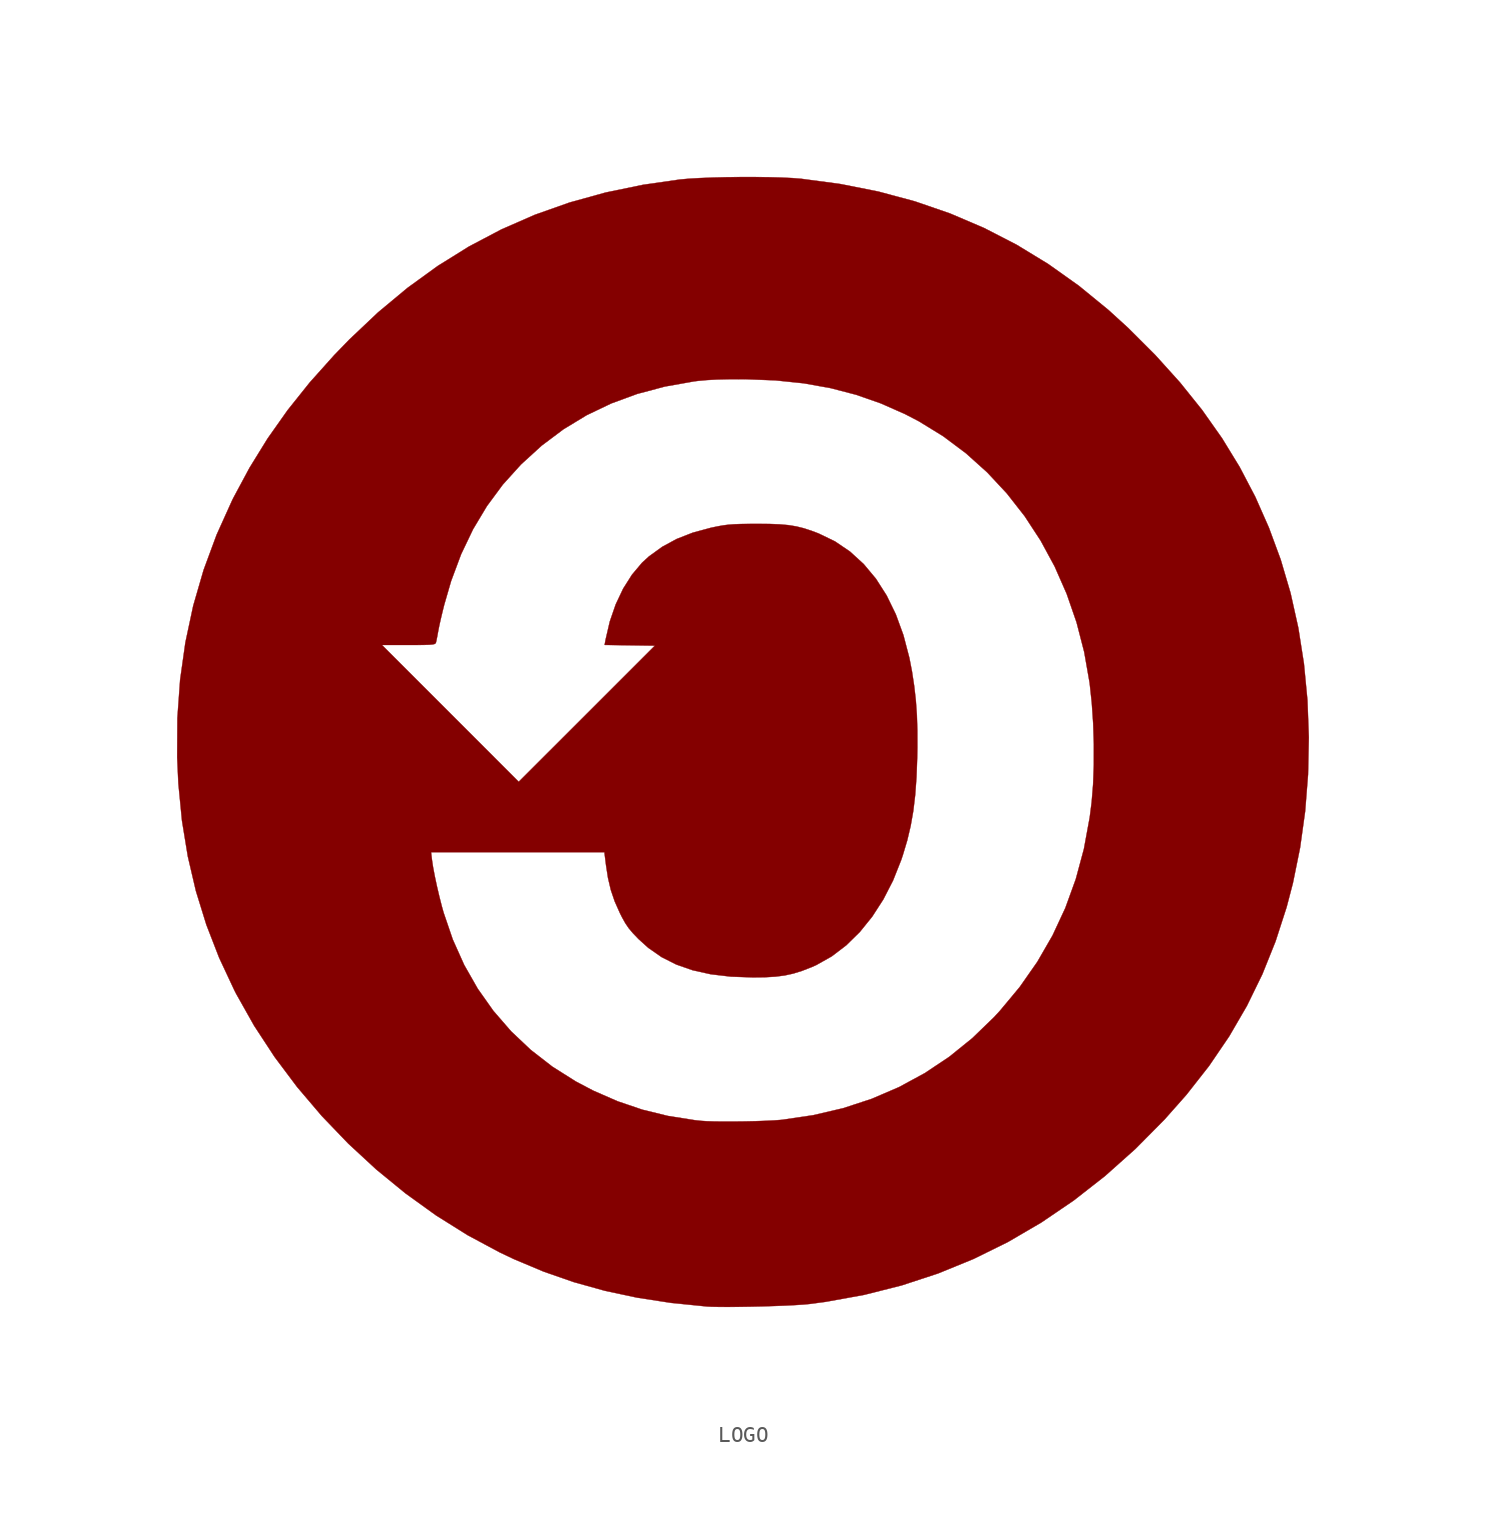
<source format=kicad_sym>
(kicad_symbol_lib
  (version 20220914)
  (generator bitmap2component)
  (symbol "LOGO"
    (pin_names
      (offset 1.016))
    (property "Reference" "#G"
      (at 0 42.714 0)
      (effects (font (size 1.27 1.27)) hide))
    (symbol "LOGO_0_0"
      (polyline (pts (xy -0.068 -35.36) (xy 0.652 -35.348) (xy 1.392 -35.331) (xy 2.122 -35.308) (xy 2.81 -35.282) (xy 3.426 -35.251) (xy 3.939 -35.218) (xy 4.318 -35.183) (xy 5.338 -35.048) (xy 7.748 -34.612) (xy 10.094 -34.02) (xy 12.374 -33.272) (xy 14.59 -32.366) (xy 16.741 -31.305) (xy 18.828 -30.086) (xy 20.849 -28.712) (xy 22.806 -27.181) (xy 24.699 -25.493) (xy 26.526 -23.649) (xy 27.896 -22.102) (xy 29.311 -20.299) (xy 30.569 -18.45) (xy 31.677 -16.542) (xy 32.641 -14.568) (xy 33.465 -12.516) (xy 34.157 -10.377) (xy 34.55 -8.876) (xy 35 -6.657) (xy 35.316 -4.384) (xy 35.497 -2.078) (xy 35.545 0.242) (xy 35.459 2.555) (xy 35.24 4.843) (xy 34.888 7.083) (xy 34.404 9.257) (xy 33.788 11.345) (xy 33.051 13.343) (xy 32.197 15.274) (xy 31.223 17.134) (xy 30.119 18.938) (xy 28.878 20.697) (xy 27.492 22.423) (xy 25.953 24.129) (xy 24.253 25.828) (xy 23.019 26.953) (xy 21.169 28.466) (xy 19.259 29.823) (xy 17.285 31.027) (xy 15.24 32.08) (xy 13.122 32.984) (xy 10.924 33.741) (xy 8.643 34.354) (xy 6.273 34.824) (xy 3.81 35.154) (xy 3.805 35.154) (xy 3.251 35.198) (xy 2.562 35.23) (xy 1.772 35.251) (xy 0.915 35.261) (xy 0.023 35.261) (xy -0.869 35.25) (xy -1.728 35.229) (xy -2.52 35.198) (xy -3.211 35.158) (xy -3.768 35.108) (xy -6.062 34.779) (xy -8.408 34.295) (xy -10.665 33.67) (xy -12.837 32.902) (xy -14.93 31.986) (xy -16.951 30.921) (xy -18.906 29.704) (xy -20.8 28.331) (xy -22.638 26.801) (xy -24.427 25.109) (xy -25.373 24.134) (xy -26.906 22.421) (xy -28.29 20.689) (xy -29.539 18.92) (xy -30.666 17.095) (xy -31.685 15.198) (xy -31.755 15.056) (xy -32.728 12.9) (xy -33.54 10.703) (xy -34.19 8.463) (xy -34.679 6.174) (xy -34.702 6.011) (xy -22.394 6.011) (xy -20.728 6.011) (xy -20.186 6.012) (xy -19.75 6.017) (xy -19.441 6.027) (xy -19.235 6.044) (xy -19.111 6.071) (xy -19.046 6.109) (xy -19.018 6.16) (xy -18.986 6.294) (xy -18.936 6.55) (xy -18.88 6.858) (xy -18.878 6.872) (xy -18.818 7.176) (xy -18.727 7.589) (xy -18.616 8.058) (xy -18.499 8.529) (xy -18.072 10.002) (xy -17.446 11.68) (xy -16.7 13.242) (xy -15.831 14.693) (xy -14.838 16.037) (xy -13.717 17.278) (xy -13.684 17.311) (xy -12.407 18.476) (xy -11.046 19.496) (xy -9.599 20.374) (xy -8.061 21.11) (xy -6.431 21.708) (xy -4.704 22.167) (xy -2.879 22.49) (xy -2.654 22.518) (xy -2.099 22.57) (xy -1.472 22.605) (xy -0.741 22.623) (xy 0.127 22.626) (xy 0.326 22.625) (xy 2.204 22.552) (xy 3.97 22.369) (xy 5.644 22.07) (xy 7.244 21.654) (xy 8.79 21.114) (xy 10.3 20.447) (xy 11.166 19.997) (xy 12.688 19.061) (xy 14.117 17.991) (xy 15.446 16.796) (xy 16.671 15.482) (xy 17.785 14.059) (xy 18.782 12.533) (xy 19.659 10.915) (xy 20.408 9.21) (xy 21.025 7.427) (xy 21.504 5.575) (xy 21.84 3.661) (xy 21.849 3.589) (xy 21.977 2.4) (xy 22.064 1.127) (xy 22.107 -0.179) (xy 22.106 -1.47) (xy 22.061 -2.697) (xy 21.97 -3.81) (xy 21.848 -4.771) (xy 21.485 -6.743) (xy 20.977 -8.628) (xy 20.324 -10.429) (xy 19.523 -12.15) (xy 18.573 -13.795) (xy 17.473 -15.368) (xy 16.221 -16.871) (xy 15.865 -17.256) (xy 14.512 -18.564) (xy 13.069 -19.73) (xy 11.537 -20.752) (xy 9.919 -21.629) (xy 8.217 -22.36) (xy 6.433 -22.944) (xy 4.568 -23.38) (xy 2.625 -23.667) (xy 2.559 -23.674) (xy 2.126 -23.706) (xy 1.579 -23.733) (xy 0.955 -23.755) (xy 0.287 -23.77) (xy -0.387 -23.778) (xy -1.034 -23.779) (xy -1.618 -23.772) (xy -2.104 -23.757) (xy -2.455 -23.734) (xy -2.837 -23.692) (xy -4.517 -23.427) (xy -6.112 -23.037) (xy -7.657 -22.513) (xy -9.186 -21.845) (xy -10.268 -21.276) (xy -11.737 -20.349) (xy -13.089 -19.3) (xy -14.32 -18.136) (xy -15.427 -16.859) (xy -16.406 -15.474) (xy -17.254 -13.986) (xy -17.966 -12.399) (xy -18.54 -10.716) (xy -18.647 -10.335) (xy -18.805 -9.715) (xy -18.957 -9.067) (xy -19.091 -8.438) (xy -19.197 -7.877) (xy -19.265 -7.429) (xy -19.323 -6.943) (xy -13.906 -6.943) (xy -8.488 -6.943) (xy -8.385 -7.761) (xy -8.264 -8.545) (xy -8.085 -9.306) (xy -7.842 -10.02) (xy -7.515 -10.753) (xy -7.39 -11.002) (xy -7.18 -11.379) (xy -6.965 -11.695) (xy -6.703 -12.006) (xy -6.354 -12.37) (xy -5.745 -12.919) (xy -4.915 -13.497) (xy -3.993 -13.963) (xy -2.969 -14.32) (xy -1.835 -14.571) (xy -0.58 -14.719) (xy 0.804 -14.768) (xy 1.533 -14.759) (xy 2.201 -14.72) (xy 2.785 -14.645) (xy 3.328 -14.526) (xy 3.874 -14.355) (xy 4.466 -14.125) (xy 4.759 -13.995) (xy 5.721 -13.453) (xy 6.63 -12.761) (xy 7.477 -11.93) (xy 8.253 -10.969) (xy 8.949 -9.892) (xy 9.557 -8.707) (xy 10.066 -7.426) (xy 10.172 -7.108) (xy 10.443 -6.202) (xy 10.657 -5.297) (xy 10.822 -4.358) (xy 10.941 -3.353) (xy 11.021 -2.248) (xy 11.066 -1.009) (xy 11.077 -0.403) (xy 11.075 0.673) (xy 11.044 1.645) (xy 10.979 2.555) (xy 10.878 3.445) (xy 10.74 4.356) (xy 10.575 5.208) (xy 10.203 6.629) (xy 9.728 7.929) (xy 9.155 9.105) (xy 8.486 10.153) (xy 7.722 11.068) (xy 6.868 11.848) (xy 5.925 12.488) (xy 4.896 12.985) (xy 4.464 13.148) (xy 3.979 13.307) (xy 3.51 13.423) (xy 3.021 13.503) (xy 2.474 13.552) (xy 1.832 13.577) (xy 1.058 13.582) (xy 0.563 13.58) (xy 0.042 13.573) (xy -0.376 13.557) (xy -0.726 13.531) (xy -1.048 13.491) (xy -1.376 13.433) (xy -1.75 13.356) (xy -1.829 13.339) (xy -2.961 13.033) (xy -3.967 12.64) (xy -4.874 12.148) (xy -5.706 11.546) (xy -6.134 11.153) (xy -6.761 10.409) (xy -7.313 9.537) (xy -7.779 8.554) (xy -8.15 7.479) (xy -8.417 6.331) (xy -8.474 6.015) (xy -6.903 5.992) (xy -5.333 5.969) (xy -9.588 1.714) (xy -13.844 -2.54) (xy -18.119 1.736) (xy -22.394 6.011) (xy -34.702 6.011) (xy -35.009 3.834) (xy -35.18 1.439) (xy -35.193 -1.016) (xy -35.118 -2.651) (xy -34.893 -4.968) (xy -34.528 -7.202) (xy -34.022 -9.368) (xy -33.369 -11.477) (xy -32.568 -13.543) (xy -31.615 -15.579) (xy -31.509 -15.786) (xy -30.382 -17.788) (xy -29.104 -19.738) (xy -27.69 -21.624) (xy -26.151 -23.433) (xy -24.501 -25.152) (xy -22.752 -26.769) (xy -20.918 -28.27) (xy -19.011 -29.644) (xy -17.043 -30.877) (xy -15.028 -31.957) (xy -14.146 -32.376) (xy -12.29 -33.156) (xy -10.401 -33.814) (xy -8.456 -34.356) (xy -6.434 -34.787) (xy -4.314 -35.113) (xy -2.074 -35.339) (xy -1.796 -35.353) (xy -1.323 -35.363) (xy -0.737 -35.365) (xy -0.068 -35.36)) (stroke (width 0.01) (type default)) (fill (type outline))))))
</source>
